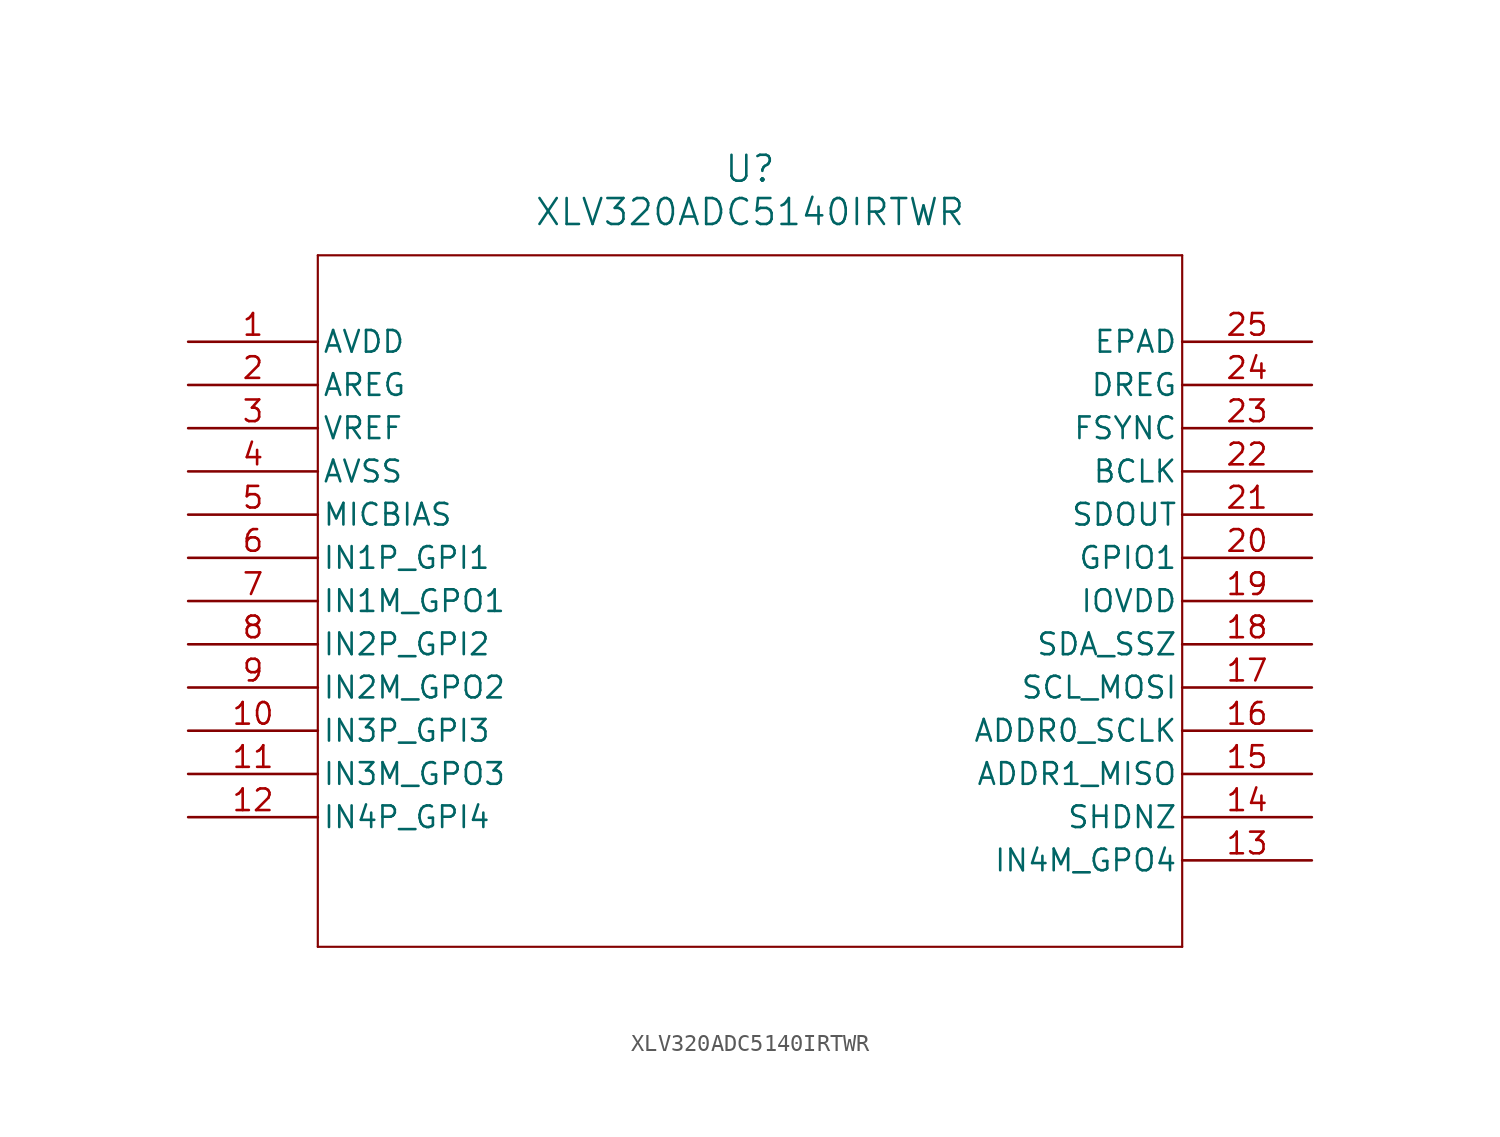
<source format=kicad_sym>
(kicad_symbol_lib
  (version 20211014)
  (generator kicad_symbol_editor)
  (symbol "XLV320ADC5140IRTWR"
    (pin_names
      (offset 0.254))
    (property "Reference" "U"
      (at 33.02 10.16 0)
      (effects (font (size 1.524 1.524))))
    (property "Value" "XLV320ADC5140IRTWR"
      (at 33.02 7.62 0)
      (effects (font (size 1.524 1.524))))
    (symbol "XLV320ADC5140IRTWR_0_1"
      (polyline (pts (xy 7.62 5.08) (xy 7.62 -35.56)) (stroke (width 0.127) (type default) (color 0 0 0 0)) (fill (type none)))
      (polyline (pts (xy 7.62 -35.56) (xy 58.42 -35.56)) (stroke (width 0.127) (type default) (color 0 0 0 0)) (fill (type none)))
      (polyline (pts (xy 58.42 -35.56) (xy 58.42 5.08)) (stroke (width 0.127) (type default) (color 0 0 0 0)) (fill (type none)))
      (polyline (pts (xy 58.42 5.08) (xy 7.62 5.08)) (stroke (width 0.127) (type default) (color 0 0 0 0)) (fill (type none)))
      (pin power_in line (at 0 0 0) (length 7.62) (name "AVDD" (effects (font (size 1.27 1.27)))) (number "1" (effects (font (size 1.27 1.27)))))
      (pin power_in line (at 0 -2.54 0) (length 7.62) (name "AREG" (effects (font (size 1.27 1.27)))) (number "2" (effects (font (size 1.27 1.27)))))
      (pin unspecified line (at 0 -5.08 0) (length 7.62) (name "VREF" (effects (font (size 1.27 1.27)))) (number "3" (effects (font (size 1.27 1.27)))))
      (pin power_in line (at 0 -7.62 0) (length 7.62) (name "AVSS" (effects (font (size 1.27 1.27)))) (number "4" (effects (font (size 1.27 1.27)))))
      (pin unspecified line (at 0 -10.16 0) (length 7.62) (name "MICBIAS" (effects (font (size 1.27 1.27)))) (number "5" (effects (font (size 1.27 1.27)))))
      (pin input line (at 0 -12.7 0) (length 7.62) (name "IN1P_GPI1" (effects (font (size 1.27 1.27)))) (number "6" (effects (font (size 1.27 1.27)))))
      (pin bidirectional line (at 0 -15.24 0) (length 7.62) (name "IN1M_GPO1" (effects (font (size 1.27 1.27)))) (number "7" (effects (font (size 1.27 1.27)))))
      (pin input line (at 0 -17.78 0) (length 7.62) (name "IN2P_GPI2" (effects (font (size 1.27 1.27)))) (number "8" (effects (font (size 1.27 1.27)))))
      (pin bidirectional line (at 0 -20.32 0) (length 7.62) (name "IN2M_GPO2" (effects (font (size 1.27 1.27)))) (number "9" (effects (font (size 1.27 1.27)))))
      (pin input line (at 0 -22.86 0) (length 7.62) (name "IN3P_GPI3" (effects (font (size 1.27 1.27)))) (number "10" (effects (font (size 1.27 1.27)))))
      (pin bidirectional line (at 0 -25.4 0) (length 7.62) (name "IN3M_GPO3" (effects (font (size 1.27 1.27)))) (number "11" (effects (font (size 1.27 1.27)))))
      (pin input line (at 0 -27.94 0) (length 7.62) (name "IN4P_GPI4" (effects (font (size 1.27 1.27)))) (number "12" (effects (font (size 1.27 1.27)))))
      (pin bidirectional line (at 66.04 -30.48 180) (length 7.62) (name "IN4M_GPO4" (effects (font (size 1.27 1.27)))) (number "13" (effects (font (size 1.27 1.27)))))
      (pin input line (at 66.04 -27.94 180) (length 7.62) (name "SHDNZ" (effects (font (size 1.27 1.27)))) (number "14" (effects (font (size 1.27 1.27)))))
      (pin bidirectional line (at 66.04 -25.4 180) (length 7.62) (name "ADDR1_MISO" (effects (font (size 1.27 1.27)))) (number "15" (effects (font (size 1.27 1.27)))))
      (pin input line (at 66.04 -22.86 180) (length 7.62) (name "ADDR0_SCLK" (effects (font (size 1.27 1.27)))) (number "16" (effects (font (size 1.27 1.27)))))
      (pin input line (at 66.04 -20.32 180) (length 7.62) (name "SCL_MOSI" (effects (font (size 1.27 1.27)))) (number "17" (effects (font (size 1.27 1.27)))))
      (pin bidirectional line (at 66.04 -17.78 180) (length 7.62) (name "SDA_SSZ" (effects (font (size 1.27 1.27)))) (number "18" (effects (font (size 1.27 1.27)))))
      (pin power_in line (at 66.04 -15.24 180) (length 7.62) (name "IOVDD" (effects (font (size 1.27 1.27)))) (number "19" (effects (font (size 1.27 1.27)))))
      (pin bidirectional line (at 66.04 -12.7 180) (length 7.62) (name "GPIO1" (effects (font (size 1.27 1.27)))) (number "20" (effects (font (size 1.27 1.27)))))
      (pin output line (at 66.04 -10.16 180) (length 7.62) (name "SDOUT" (effects (font (size 1.27 1.27)))) (number "21" (effects (font (size 1.27 1.27)))))
      (pin bidirectional line (at 66.04 -7.62 180) (length 7.62) (name "BCLK" (effects (font (size 1.27 1.27)))) (number "22" (effects (font (size 1.27 1.27)))))
      (pin bidirectional line (at 66.04 -5.08 180) (length 7.62) (name "FSYNC" (effects (font (size 1.27 1.27)))) (number "23" (effects (font (size 1.27 1.27)))))
      (pin output line (at 66.04 -2.54 180) (length 7.62) (name "DREG" (effects (font (size 1.27 1.27)))) (number "24" (effects (font (size 1.27 1.27)))))
      (pin unspecified line (at 66.04 0 180) (length 7.62) (name "EPAD" (effects (font (size 1.27 1.27)))) (number "25" (effects (font (size 1.27 1.27))))))))
</source>
